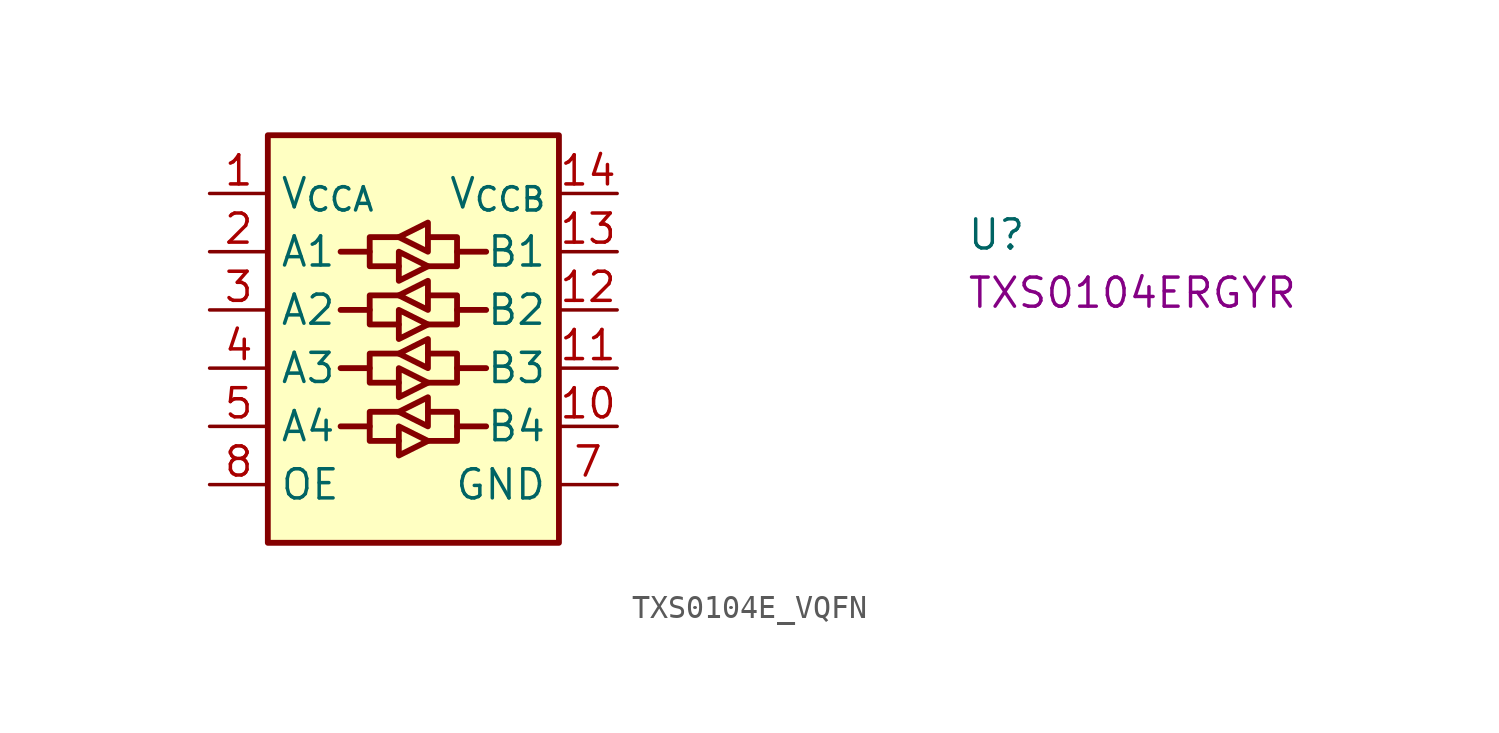
<source format=kicad_sym>
(kicad_symbol_lib
  (version 20220914)
  (generator kicad_symbol_editor)
  (symbol "TXS0104E_VQFN"
    (property "Reference" "U"
      (at 33.02 -2.54 0)
      (effects (font (size 1.27 1.27) (thickness 0.15)) (justify left bottom)))
    (property "MPN" "TXS0104ERGYR"
      (at 33.02 -5.08 0)
      (effects (font (size 1.27 1.27) (thickness 0.15)) (justify left bottom)))
    (symbol "TXS0104E_VQFN_1_1"
      (polyline (pts (xy 5.715 -10.16) (xy 6.985 -10.16)) (stroke (width 0.254) (type default)) (fill (type background)))
      (polyline (pts (xy 5.715 -5.08) (xy 6.985 -5.08)) (stroke (width 0.254) (type default)) (fill (type background)))
      (polyline (pts (xy 6.985 -7.62) (xy 5.715 -7.62)) (stroke (width 0.254) (type default)) (fill (type background)))
      (polyline (pts (xy 6.985 -2.54) (xy 5.715 -2.54)) (stroke (width 0.254) (type default)) (fill (type background)))
      (polyline (pts (xy 10.795 -7.62) (xy 12.065 -7.62)) (stroke (width 0.254) (type default)) (fill (type background)))
      (polyline (pts (xy 10.795 -2.54) (xy 12.065 -2.54)) (stroke (width 0.254) (type default)) (fill (type background)))
      (polyline (pts (xy 12.065 -10.16) (xy 10.795 -10.16)) (stroke (width 0.254) (type default)) (fill (type background)))
      (polyline (pts (xy 12.065 -5.08) (xy 10.795 -5.08)) (stroke (width 0.254) (type default)) (fill (type background)))
      (polyline (pts (xy 8.255 -10.16) (xy 8.255 -11.43) (xy 9.525 -10.795) (xy 8.255 -10.16)) (stroke (width 0.254) (type default)) (fill (type background)))
      (polyline (pts (xy 8.255 -9.525) (xy 6.985 -9.525) (xy 6.985 -10.795) (xy 8.255 -10.795)) (stroke (width 0.254) (type default)) (fill (type background)))
      (polyline (pts (xy 8.255 -9.525) (xy 9.525 -8.89) (xy 9.525 -10.16) (xy 8.255 -9.525)) (stroke (width 0.254) (type default)) (fill (type background)))
      (polyline (pts (xy 8.255 -7.62) (xy 8.255 -8.89) (xy 9.525 -8.255) (xy 8.255 -7.62)) (stroke (width 0.254) (type default)) (fill (type background)))
      (polyline (pts (xy 8.255 -6.985) (xy 6.985 -6.985) (xy 6.985 -8.255) (xy 8.255 -8.255)) (stroke (width 0.254) (type default)) (fill (type background)))
      (polyline (pts (xy 8.255 -6.985) (xy 9.525 -6.35) (xy 9.525 -7.62) (xy 8.255 -6.985)) (stroke (width 0.254) (type default)) (fill (type background)))
      (polyline (pts (xy 8.255 -5.08) (xy 8.255 -6.35) (xy 9.525 -5.715) (xy 8.255 -5.08)) (stroke (width 0.254) (type default)) (fill (type background)))
      (polyline (pts (xy 8.255 -4.445) (xy 6.985 -4.445) (xy 6.985 -5.715) (xy 8.255 -5.715)) (stroke (width 0.254) (type default)) (fill (type background)))
      (polyline (pts (xy 8.255 -4.445) (xy 9.525 -3.81) (xy 9.525 -5.08) (xy 8.255 -4.445)) (stroke (width 0.254) (type default)) (fill (type background)))
      (polyline (pts (xy 8.255 -2.54) (xy 8.255 -3.81) (xy 9.525 -3.175) (xy 8.255 -2.54)) (stroke (width 0.254) (type default)) (fill (type background)))
      (polyline (pts (xy 8.255 -1.905) (xy 6.985 -1.905) (xy 6.985 -3.175) (xy 8.255 -3.175)) (stroke (width 0.254) (type default)) (fill (type background)))
      (polyline (pts (xy 8.255 -1.905) (xy 9.525 -1.27) (xy 9.525 -2.54) (xy 8.255 -1.905)) (stroke (width 0.254) (type default)) (fill (type background)))
      (polyline (pts (xy 9.525 -9.525) (xy 10.795 -9.525) (xy 10.795 -10.795) (xy 9.525 -10.795)) (stroke (width 0.254) (type default)) (fill (type background)))
      (polyline (pts (xy 9.525 -6.985) (xy 10.795 -6.985) (xy 10.795 -8.255) (xy 9.525 -8.255)) (stroke (width 0.254) (type default)) (fill (type background)))
      (polyline (pts (xy 9.525 -4.445) (xy 10.795 -4.445) (xy 10.795 -5.715) (xy 9.525 -5.715)) (stroke (width 0.254) (type default)) (fill (type background)))
      (polyline (pts (xy 9.525 -1.905) (xy 10.795 -1.905) (xy 10.795 -3.175) (xy 9.525 -3.175)) (stroke (width 0.254) (type default)) (fill (type background)))
      (rectangle (start 2.54 2.54) (end 15.24 -15.24) (stroke (width 0.254) (type default)) (fill (type background)))
      (pin power_in line (at 0 0 0) (length 2.54) (name "V_{CCA}" (effects (font (size 1.27 1.27)))) (number "1" (effects (font (size 1.27 1.27)))))
      (pin bidirectional line (at 17.78 -10.16 180) (length 2.54) (name "B4" (effects (font (size 1.27 1.27)))) (number "10" (effects (font (size 1.27 1.27)))))
      (pin bidirectional line (at 17.78 -7.62 180) (length 2.54) (name "B3" (effects (font (size 1.27 1.27)))) (number "11" (effects (font (size 1.27 1.27)))))
      (pin bidirectional line (at 17.78 -5.08 180) (length 2.54) (name "B2" (effects (font (size 1.27 1.27)))) (number "12" (effects (font (size 1.27 1.27)))))
      (pin bidirectional line (at 17.78 -2.54 180) (length 2.54) (name "B1" (effects (font (size 1.27 1.27)))) (number "13" (effects (font (size 1.27 1.27)))))
      (pin power_in line (at 17.78 0 180) (length 2.54) (name "V_{CCB}" (effects (font (size 1.27 1.27)))) (number "14" (effects (font (size 1.27 1.27)))))
      (pin passive line (at 17.78 -12.7 180) (length 2.54) hide (name "GND" (effects (font (size 1.27 1.27)))) (number "15" (effects (font (size 1.27 1.27)))))
      (pin bidirectional line (at 0 -2.54 0) (length 2.54) (name "A1" (effects (font (size 1.27 1.27)))) (number "2" (effects (font (size 1.27 1.27)))))
      (pin bidirectional line (at 0 -5.08 0) (length 2.54) (name "A2" (effects (font (size 1.27 1.27)))) (number "3" (effects (font (size 1.27 1.27)))))
      (pin bidirectional line (at 0 -7.62 0) (length 2.54) (name "A3" (effects (font (size 1.27 1.27)))) (number "4" (effects (font (size 1.27 1.27)))))
      (pin bidirectional line (at 0 -10.16 0) (length 2.54) (name "A4" (effects (font (size 1.27 1.27)))) (number "5" (effects (font (size 1.27 1.27)))))
      (pin no_connect line (at 7.62 -15.24 90) (length 2.54) hide (name "NC" (effects (font (size 1.27 1.27)))) (number "6" (effects (font (size 1.27 1.27)))))
      (pin power_in line (at 17.78 -12.7 180) (length 2.54) (name "GND" (effects (font (size 1.27 1.27)))) (number "7" (effects (font (size 1.27 1.27)))))
      (pin input line (at 0 -12.7 0) (length 2.54) (name "OE" (effects (font (size 1.27 1.27)))) (number "8" (effects (font (size 1.27 1.27)))))
      (pin no_connect line (at 10.16 -15.24 90) (length 2.54) hide (name "NC" (effects (font (size 1.27 1.27)))) (number "9" (effects (font (size 1.27 1.27))))))))
</source>
